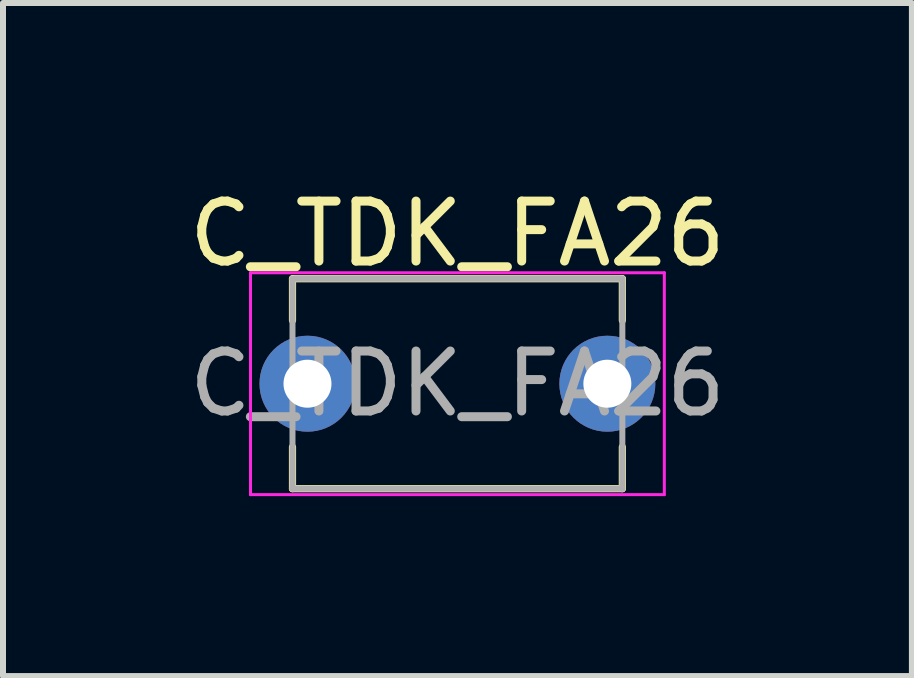
<source format=kicad_pcb>
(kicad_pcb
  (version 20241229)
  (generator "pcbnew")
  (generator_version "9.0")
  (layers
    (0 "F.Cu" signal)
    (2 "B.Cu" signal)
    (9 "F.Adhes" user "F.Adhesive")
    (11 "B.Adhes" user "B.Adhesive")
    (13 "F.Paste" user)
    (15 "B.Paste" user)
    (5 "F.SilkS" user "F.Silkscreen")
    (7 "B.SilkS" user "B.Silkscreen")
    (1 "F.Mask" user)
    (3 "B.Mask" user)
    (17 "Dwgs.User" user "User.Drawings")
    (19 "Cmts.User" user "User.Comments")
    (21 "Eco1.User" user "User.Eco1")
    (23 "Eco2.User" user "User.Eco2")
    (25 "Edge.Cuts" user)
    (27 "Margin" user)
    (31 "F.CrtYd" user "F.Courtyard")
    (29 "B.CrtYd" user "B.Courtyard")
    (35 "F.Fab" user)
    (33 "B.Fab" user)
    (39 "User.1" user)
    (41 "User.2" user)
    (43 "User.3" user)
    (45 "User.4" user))
  (footprint "C_TDK_FA26"
    (layer "F.Cu")
    (at 2.077 3.348)
    (property "Reference" "C_TDK_FA26" (at 2.5 -2.5 0) (layer "F.SilkS") (effects (font (size 1 1) (thickness 0.15))))
    (attr through_hole)
    (fp_line (start -0.25 -1.75) (end -0.25 -1.055) (stroke (width 0.12) (type solid)) (layer "F.SilkS"))
    (fp_line (start -0.25 -1.75) (end 5.25 -1.75) (stroke (width 0.12) (type solid)) (layer "F.SilkS"))
    (fp_line (start -0.25 1.75) (end -0.25 1.055) (stroke (width 0.12) (type solid)) (layer "F.SilkS"))
    (fp_line (start -0.25 1.75) (end 5.25 1.75) (stroke (width 0.12) (type solid)) (layer "F.SilkS"))
    (fp_line (start 5.25 -1.75) (end 5.25 -1.055) (stroke (width 0.12) (type solid)) (layer "F.SilkS"))
    (fp_line (start 5.25 1.75) (end 5.25 1.055) (stroke (width 0.12) (type solid)) (layer "F.SilkS"))
    (fp_line (start -0.95 -1.85) (end -0.95 1.85) (stroke (width 0.05) (type solid)) (layer "F.CrtYd"))
    (fp_line (start -0.95 1.85) (end 5.95 1.85) (stroke (width 0.05) (type solid)) (layer "F.CrtYd"))
    (fp_line (start 5.95 -1.85) (end -0.95 -1.85) (stroke (width 0.05) (type solid)) (layer "F.CrtYd"))
    (fp_line (start 5.95 1.85) (end 5.95 -1.85) (stroke (width 0.05) (type solid)) (layer "F.CrtYd"))
    (fp_line (start -0.25 -1.75) (end -0.25 1.75) (stroke (width 0.1) (type solid)) (layer "F.Fab"))
    (fp_line (start -0.25 1.75) (end 5.25 1.75) (stroke (width 0.1) (type solid)) (layer "F.Fab"))
    (fp_line (start 5.25 -1.75) (end -0.25 -1.75) (stroke (width 0.1) (type solid)) (layer "F.Fab"))
    (fp_line (start 5.25 1.75) (end 5.25 -1.75) (stroke (width 0.1) (type solid)) (layer "F.Fab"))
    (fp_text user "${REFERENCE}" (at 2.5 0 0) (layer "F.Fab") (effects (font (size 1 1) (thickness 0.15))))
    (pad "1" thru_hole circle (at 0 0) (size 1.6 1.6) (drill 0.8) (layers "*.Cu" "*.Mask"))
    (pad "2" thru_hole circle (at 5 0) (size 1.6 1.6) (drill 0.8) (layers "*.Cu" "*.Mask")))
  (gr_rect
    (start -3 -3)
    (end 12.155 8.223)
    (stroke (width 0.1) (type default))
    (fill no)
    (layer "Edge.Cuts")))
</source>
